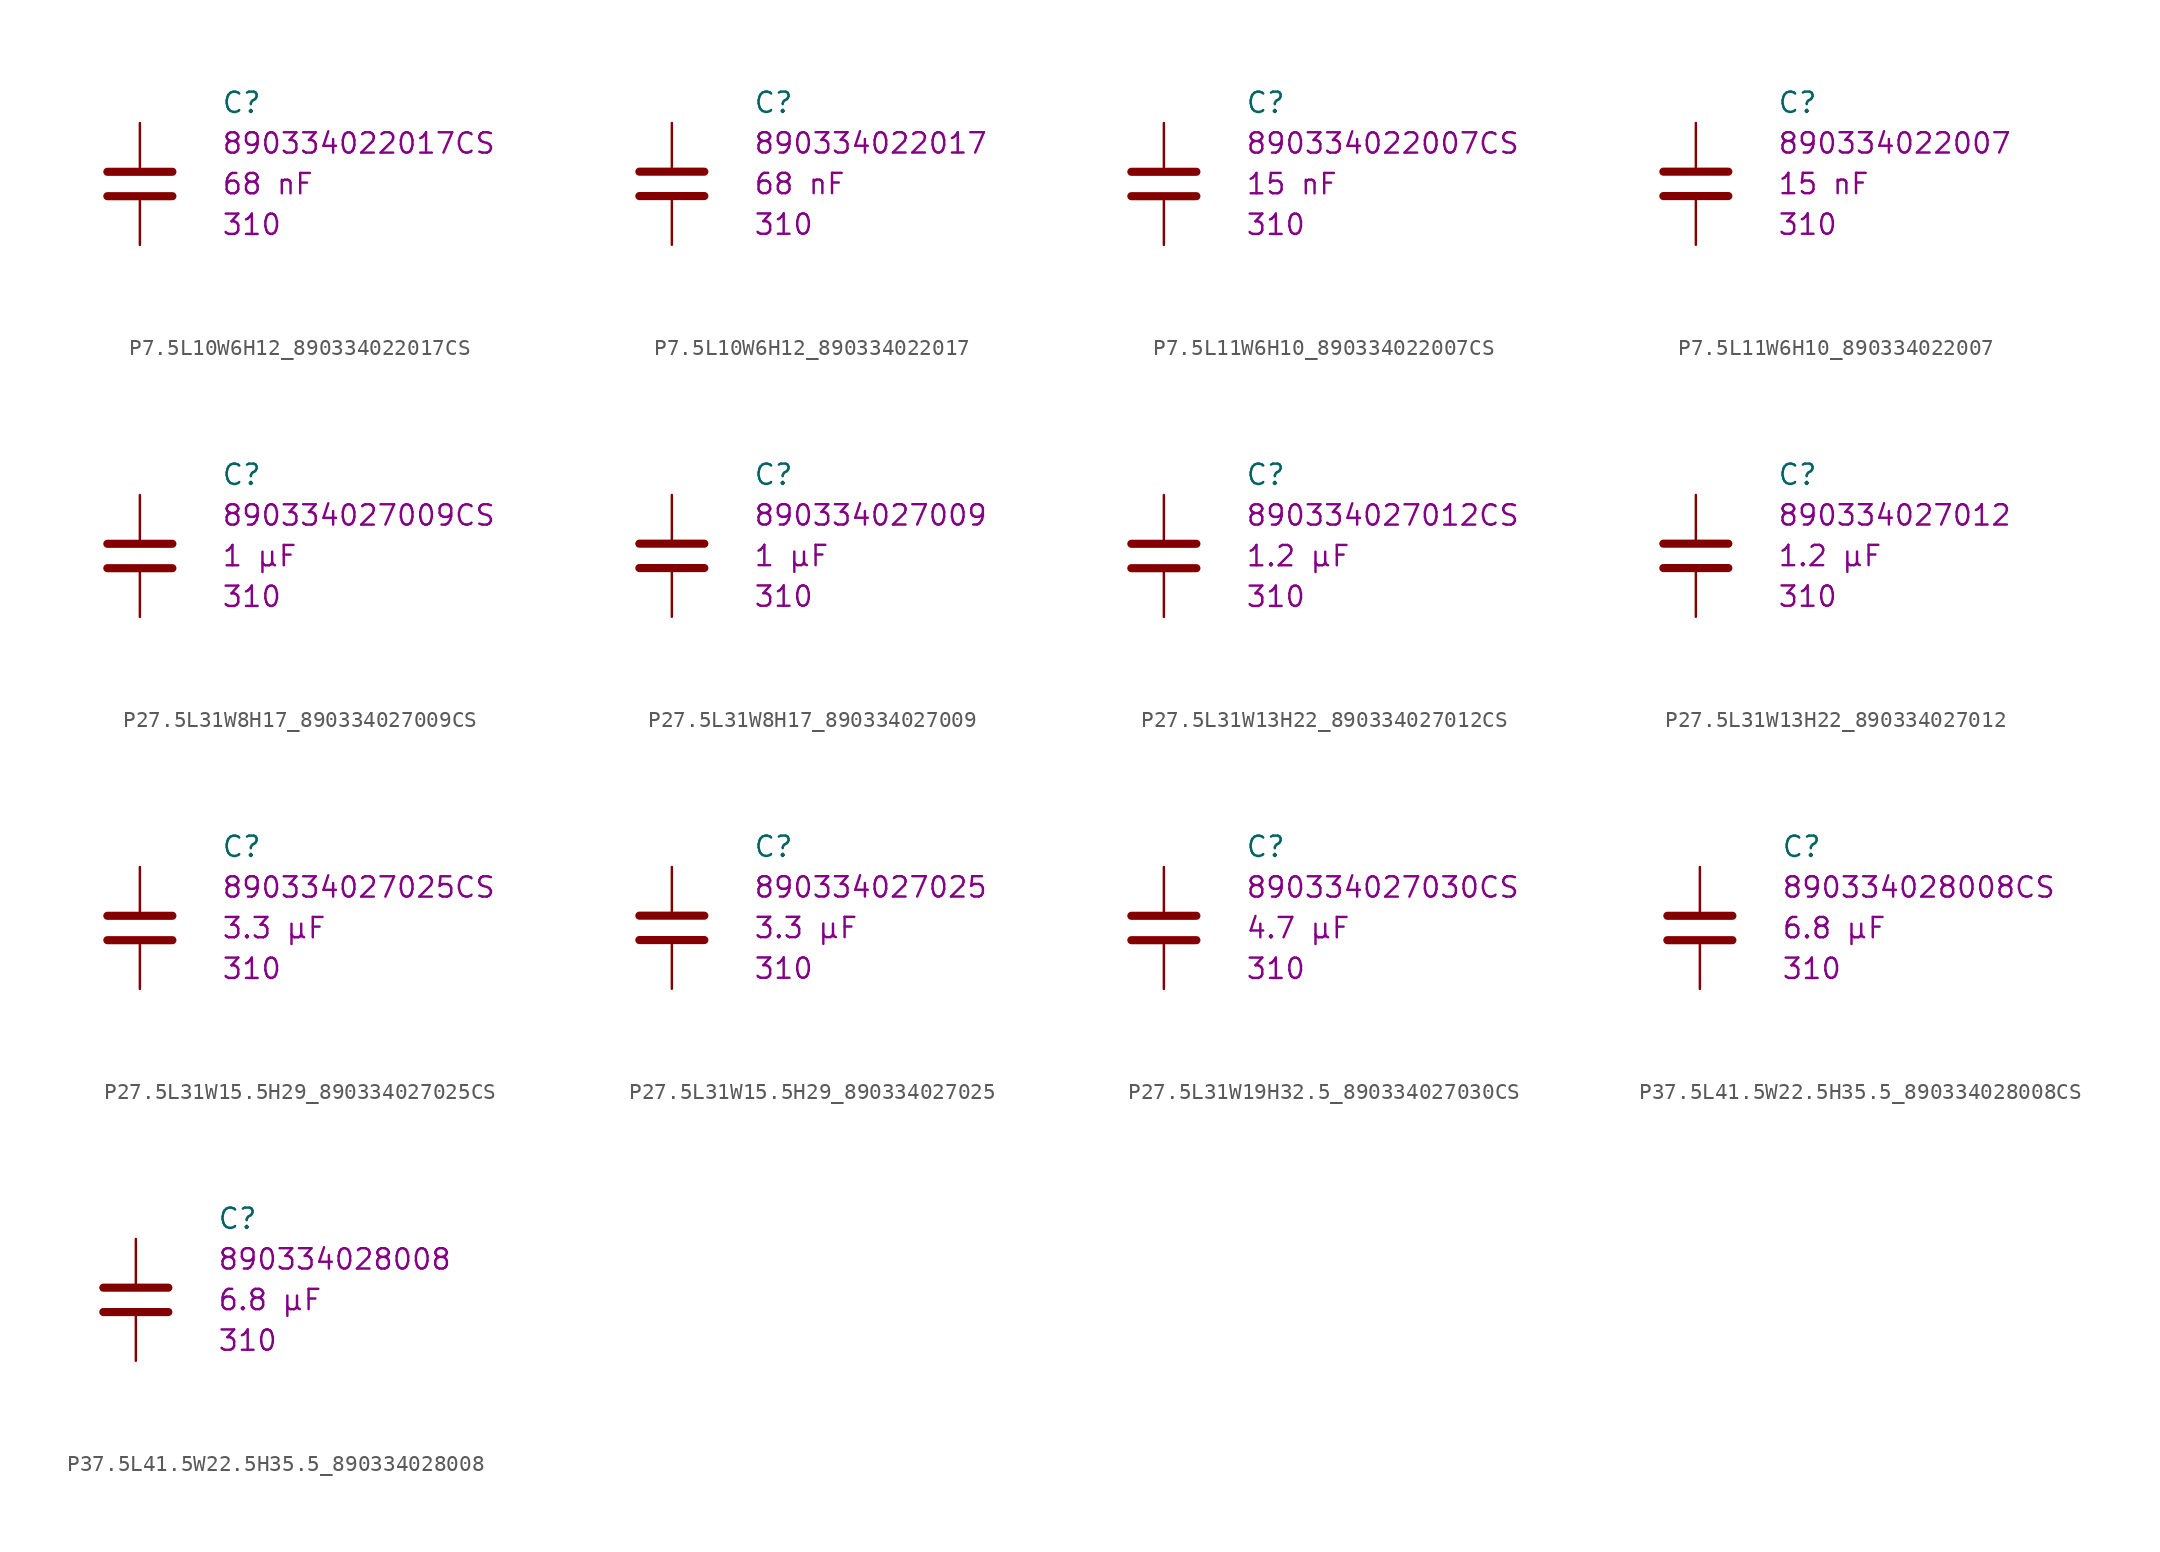
<source format=kicad_sym>
(kicad_symbol_lib
  (version 20220914)
  (generator kicad_symbol_editor)
  (symbol "P7.5L10W6H12_890334022017CS"
    (pin_numbers hide)
    (pin_names hide)
    (property "Reference" "C"
      (at 5.08 5.08 0)
      (effects (font (size 1.27 1.27)) (justify left)))
    (property "Part Number" "890334022017CS"
      (at 5.08 2.54 0)
      (effects (font (size 1.27 1.27)) (justify left)))
    (property "Capacitance" "68 nF"
      (at 5.08 0 0)
      (effects (font (size 1.27 1.27)) (justify left)))
    (property "Voltage" "310"
      (at 5.08 -2.54 0)
      (effects (font (size 1.27 1.27)) (justify left)))
    (property "Critical Parameter" ""
      (at 0 -7.62 0)
      (effects (font (size 1.27 1.27))))
    (symbol "P7.5L10W6H12_890334022017CS_0_1"
      (polyline (pts (xy -2.032 -0.762) (xy 2.032 -0.762)) (stroke (width 0.508) (type default)) (fill (type none)))
      (polyline (pts (xy -2.032 0.762) (xy 2.032 0.762)) (stroke (width 0.508) (type default)) (fill (type none))))
    (symbol "P7.5L10W6H12_890334022017CS_1_1"
      (pin passive line (at 0 3.81 270) (length 2.794) (name "1" (effects (font (size 1.27 1.27)))) (number "1" (effects (font (size 1.27 1.27)))))
      (pin passive line (at 0 -3.81 90) (length 2.794) (name "2" (effects (font (size 1.27 1.27)))) (number "2" (effects (font (size 1.27 1.27)))))))
  (symbol "P7.5L10W6H12_890334022017"
    (pin_numbers hide)
    (pin_names hide)
    (property "Reference" "C"
      (at 5.08 5.08 0)
      (effects (font (size 1.27 1.27)) (justify left)))
    (property "Part Number" "890334022017"
      (at 5.08 2.54 0)
      (effects (font (size 1.27 1.27)) (justify left)))
    (property "Capacitance" "68 nF"
      (at 5.08 0 0)
      (effects (font (size 1.27 1.27)) (justify left)))
    (property "Voltage" "310"
      (at 5.08 -2.54 0)
      (effects (font (size 1.27 1.27)) (justify left)))
    (property "Critical Parameter" ""
      (at 0 -7.62 0)
      (effects (font (size 1.27 1.27))))
    (symbol "P7.5L10W6H12_890334022017_0_1"
      (polyline (pts (xy -2.032 -0.762) (xy 2.032 -0.762)) (stroke (width 0.508) (type default)) (fill (type none)))
      (polyline (pts (xy -2.032 0.762) (xy 2.032 0.762)) (stroke (width 0.508) (type default)) (fill (type none))))
    (symbol "P7.5L10W6H12_890334022017_1_1"
      (pin passive line (at 0 3.81 270) (length 2.794) (name "1" (effects (font (size 1.27 1.27)))) (number "1" (effects (font (size 1.27 1.27)))))
      (pin passive line (at 0 -3.81 90) (length 2.794) (name "2" (effects (font (size 1.27 1.27)))) (number "2" (effects (font (size 1.27 1.27)))))))
  (symbol "P7.5L11W6H10_890334022007CS"
    (pin_numbers hide)
    (pin_names hide)
    (property "Reference" "C"
      (at 5.08 5.08 0)
      (effects (font (size 1.27 1.27)) (justify left)))
    (property "Part Number" "890334022007CS"
      (at 5.08 2.54 0)
      (effects (font (size 1.27 1.27)) (justify left)))
    (property "Capacitance" "15 nF"
      (at 5.08 0 0)
      (effects (font (size 1.27 1.27)) (justify left)))
    (property "Voltage" "310"
      (at 5.08 -2.54 0)
      (effects (font (size 1.27 1.27)) (justify left)))
    (property "Critical Parameter" ""
      (at 0 -7.62 0)
      (effects (font (size 1.27 1.27))))
    (symbol "P7.5L11W6H10_890334022007CS_0_1"
      (polyline (pts (xy -2.032 -0.762) (xy 2.032 -0.762)) (stroke (width 0.508) (type default)) (fill (type none)))
      (polyline (pts (xy -2.032 0.762) (xy 2.032 0.762)) (stroke (width 0.508) (type default)) (fill (type none))))
    (symbol "P7.5L11W6H10_890334022007CS_1_1"
      (pin passive line (at 0 3.81 270) (length 2.794) (name "1" (effects (font (size 1.27 1.27)))) (number "1" (effects (font (size 1.27 1.27)))))
      (pin passive line (at 0 -3.81 90) (length 2.794) (name "2" (effects (font (size 1.27 1.27)))) (number "2" (effects (font (size 1.27 1.27)))))))
  (symbol "P7.5L11W6H10_890334022007"
    (pin_numbers hide)
    (pin_names hide)
    (property "Reference" "C"
      (at 5.08 5.08 0)
      (effects (font (size 1.27 1.27)) (justify left)))
    (property "Part Number" "890334022007"
      (at 5.08 2.54 0)
      (effects (font (size 1.27 1.27)) (justify left)))
    (property "Capacitance" "15 nF"
      (at 5.08 0 0)
      (effects (font (size 1.27 1.27)) (justify left)))
    (property "Voltage" "310"
      (at 5.08 -2.54 0)
      (effects (font (size 1.27 1.27)) (justify left)))
    (property "Critical Parameter" ""
      (at 0 -7.62 0)
      (effects (font (size 1.27 1.27))))
    (symbol "P7.5L11W6H10_890334022007_0_1"
      (polyline (pts (xy -2.032 -0.762) (xy 2.032 -0.762)) (stroke (width 0.508) (type default)) (fill (type none)))
      (polyline (pts (xy -2.032 0.762) (xy 2.032 0.762)) (stroke (width 0.508) (type default)) (fill (type none))))
    (symbol "P7.5L11W6H10_890334022007_1_1"
      (pin passive line (at 0 3.81 270) (length 2.794) (name "1" (effects (font (size 1.27 1.27)))) (number "1" (effects (font (size 1.27 1.27)))))
      (pin passive line (at 0 -3.81 90) (length 2.794) (name "2" (effects (font (size 1.27 1.27)))) (number "2" (effects (font (size 1.27 1.27)))))))
  (symbol "P27.5L31W8H17_890334027009CS"
    (pin_numbers hide)
    (pin_names hide)
    (property "Reference" "C"
      (at 5.08 5.08 0)
      (effects (font (size 1.27 1.27)) (justify left)))
    (property "Part Number" "890334027009CS"
      (at 5.08 2.54 0)
      (effects (font (size 1.27 1.27)) (justify left)))
    (property "Capacitance" "1 µF"
      (at 5.08 0 0)
      (effects (font (size 1.27 1.27)) (justify left)))
    (property "Voltage" "310"
      (at 5.08 -2.54 0)
      (effects (font (size 1.27 1.27)) (justify left)))
    (property "Critical Parameter" ""
      (at 0 -7.62 0)
      (effects (font (size 1.27 1.27))))
    (symbol "P27.5L31W8H17_890334027009CS_0_1"
      (polyline (pts (xy -2.032 -0.762) (xy 2.032 -0.762)) (stroke (width 0.508) (type default)) (fill (type none)))
      (polyline (pts (xy -2.032 0.762) (xy 2.032 0.762)) (stroke (width 0.508) (type default)) (fill (type none))))
    (symbol "P27.5L31W8H17_890334027009CS_1_1"
      (pin passive line (at 0 3.81 270) (length 2.794) (name "1" (effects (font (size 1.27 1.27)))) (number "1" (effects (font (size 1.27 1.27)))))
      (pin passive line (at 0 -3.81 90) (length 2.794) (name "2" (effects (font (size 1.27 1.27)))) (number "2" (effects (font (size 1.27 1.27)))))))
  (symbol "P27.5L31W8H17_890334027009"
    (pin_numbers hide)
    (pin_names hide)
    (property "Reference" "C"
      (at 5.08 5.08 0)
      (effects (font (size 1.27 1.27)) (justify left)))
    (property "Part Number" "890334027009"
      (at 5.08 2.54 0)
      (effects (font (size 1.27 1.27)) (justify left)))
    (property "Capacitance" "1 µF"
      (at 5.08 0 0)
      (effects (font (size 1.27 1.27)) (justify left)))
    (property "Voltage" "310"
      (at 5.08 -2.54 0)
      (effects (font (size 1.27 1.27)) (justify left)))
    (property "Critical Parameter" ""
      (at 0 -7.62 0)
      (effects (font (size 1.27 1.27))))
    (symbol "P27.5L31W8H17_890334027009_0_1"
      (polyline (pts (xy -2.032 -0.762) (xy 2.032 -0.762)) (stroke (width 0.508) (type default)) (fill (type none)))
      (polyline (pts (xy -2.032 0.762) (xy 2.032 0.762)) (stroke (width 0.508) (type default)) (fill (type none))))
    (symbol "P27.5L31W8H17_890334027009_1_1"
      (pin passive line (at 0 3.81 270) (length 2.794) (name "1" (effects (font (size 1.27 1.27)))) (number "1" (effects (font (size 1.27 1.27)))))
      (pin passive line (at 0 -3.81 90) (length 2.794) (name "2" (effects (font (size 1.27 1.27)))) (number "2" (effects (font (size 1.27 1.27)))))))
  (symbol "P27.5L31W13H22_890334027012CS"
    (pin_numbers hide)
    (pin_names hide)
    (property "Reference" "C"
      (at 5.08 5.08 0)
      (effects (font (size 1.27 1.27)) (justify left)))
    (property "Part Number" "890334027012CS"
      (at 5.08 2.54 0)
      (effects (font (size 1.27 1.27)) (justify left)))
    (property "Capacitance" "1.2 µF"
      (at 5.08 0 0)
      (effects (font (size 1.27 1.27)) (justify left)))
    (property "Voltage" "310"
      (at 5.08 -2.54 0)
      (effects (font (size 1.27 1.27)) (justify left)))
    (property "Critical Parameter" ""
      (at 0 -7.62 0)
      (effects (font (size 1.27 1.27))))
    (symbol "P27.5L31W13H22_890334027012CS_0_1"
      (polyline (pts (xy -2.032 -0.762) (xy 2.032 -0.762)) (stroke (width 0.508) (type default)) (fill (type none)))
      (polyline (pts (xy -2.032 0.762) (xy 2.032 0.762)) (stroke (width 0.508) (type default)) (fill (type none))))
    (symbol "P27.5L31W13H22_890334027012CS_1_1"
      (pin passive line (at 0 3.81 270) (length 2.794) (name "1" (effects (font (size 1.27 1.27)))) (number "1" (effects (font (size 1.27 1.27)))))
      (pin passive line (at 0 -3.81 90) (length 2.794) (name "2" (effects (font (size 1.27 1.27)))) (number "2" (effects (font (size 1.27 1.27)))))))
  (symbol "P27.5L31W13H22_890334027012"
    (pin_numbers hide)
    (pin_names hide)
    (property "Reference" "C"
      (at 5.08 5.08 0)
      (effects (font (size 1.27 1.27)) (justify left)))
    (property "Part Number" "890334027012"
      (at 5.08 2.54 0)
      (effects (font (size 1.27 1.27)) (justify left)))
    (property "Capacitance" "1.2 µF"
      (at 5.08 0 0)
      (effects (font (size 1.27 1.27)) (justify left)))
    (property "Voltage" "310"
      (at 5.08 -2.54 0)
      (effects (font (size 1.27 1.27)) (justify left)))
    (property "Critical Parameter" ""
      (at 0 -7.62 0)
      (effects (font (size 1.27 1.27))))
    (symbol "P27.5L31W13H22_890334027012_0_1"
      (polyline (pts (xy -2.032 -0.762) (xy 2.032 -0.762)) (stroke (width 0.508) (type default)) (fill (type none)))
      (polyline (pts (xy -2.032 0.762) (xy 2.032 0.762)) (stroke (width 0.508) (type default)) (fill (type none))))
    (symbol "P27.5L31W13H22_890334027012_1_1"
      (pin passive line (at 0 3.81 270) (length 2.794) (name "1" (effects (font (size 1.27 1.27)))) (number "1" (effects (font (size 1.27 1.27)))))
      (pin passive line (at 0 -3.81 90) (length 2.794) (name "2" (effects (font (size 1.27 1.27)))) (number "2" (effects (font (size 1.27 1.27)))))))
  (symbol "P27.5L31W15.5H29_890334027025CS"
    (pin_numbers hide)
    (pin_names hide)
    (property "Reference" "C"
      (at 5.08 5.08 0)
      (effects (font (size 1.27 1.27)) (justify left)))
    (property "Part Number" "890334027025CS"
      (at 5.08 2.54 0)
      (effects (font (size 1.27 1.27)) (justify left)))
    (property "Capacitance" "3.3 µF"
      (at 5.08 0 0)
      (effects (font (size 1.27 1.27)) (justify left)))
    (property "Voltage" "310"
      (at 5.08 -2.54 0)
      (effects (font (size 1.27 1.27)) (justify left)))
    (property "Critical Parameter" ""
      (at 0 -7.62 0)
      (effects (font (size 1.27 1.27))))
    (symbol "P27.5L31W15.5H29_890334027025CS_0_1"
      (polyline (pts (xy -2.032 -0.762) (xy 2.032 -0.762)) (stroke (width 0.508) (type default)) (fill (type none)))
      (polyline (pts (xy -2.032 0.762) (xy 2.032 0.762)) (stroke (width 0.508) (type default)) (fill (type none))))
    (symbol "P27.5L31W15.5H29_890334027025CS_1_1"
      (pin passive line (at 0 3.81 270) (length 2.794) (name "1" (effects (font (size 1.27 1.27)))) (number "1" (effects (font (size 1.27 1.27)))))
      (pin passive line (at 0 -3.81 90) (length 2.794) (name "2" (effects (font (size 1.27 1.27)))) (number "2" (effects (font (size 1.27 1.27)))))))
  (symbol "P27.5L31W15.5H29_890334027025"
    (pin_numbers hide)
    (pin_names hide)
    (property "Reference" "C"
      (at 5.08 5.08 0)
      (effects (font (size 1.27 1.27)) (justify left)))
    (property "Part Number" "890334027025"
      (at 5.08 2.54 0)
      (effects (font (size 1.27 1.27)) (justify left)))
    (property "Capacitance" "3.3 µF"
      (at 5.08 0 0)
      (effects (font (size 1.27 1.27)) (justify left)))
    (property "Voltage" "310"
      (at 5.08 -2.54 0)
      (effects (font (size 1.27 1.27)) (justify left)))
    (property "Critical Parameter" ""
      (at 0 -7.62 0)
      (effects (font (size 1.27 1.27))))
    (symbol "P27.5L31W15.5H29_890334027025_0_1"
      (polyline (pts (xy -2.032 -0.762) (xy 2.032 -0.762)) (stroke (width 0.508) (type default)) (fill (type none)))
      (polyline (pts (xy -2.032 0.762) (xy 2.032 0.762)) (stroke (width 0.508) (type default)) (fill (type none))))
    (symbol "P27.5L31W15.5H29_890334027025_1_1"
      (pin passive line (at 0 3.81 270) (length 2.794) (name "1" (effects (font (size 1.27 1.27)))) (number "1" (effects (font (size 1.27 1.27)))))
      (pin passive line (at 0 -3.81 90) (length 2.794) (name "2" (effects (font (size 1.27 1.27)))) (number "2" (effects (font (size 1.27 1.27)))))))
  (symbol "P27.5L31W19H32.5_890334027030CS"
    (pin_numbers hide)
    (pin_names hide)
    (property "Reference" "C"
      (at 5.08 5.08 0)
      (effects (font (size 1.27 1.27)) (justify left)))
    (property "Part Number" "890334027030CS"
      (at 5.08 2.54 0)
      (effects (font (size 1.27 1.27)) (justify left)))
    (property "Capacitance" "4.7 µF"
      (at 5.08 0 0)
      (effects (font (size 1.27 1.27)) (justify left)))
    (property "Voltage" "310"
      (at 5.08 -2.54 0)
      (effects (font (size 1.27 1.27)) (justify left)))
    (property "Critical Parameter" ""
      (at 0 -7.62 0)
      (effects (font (size 1.27 1.27))))
    (symbol "P27.5L31W19H32.5_890334027030CS_0_1"
      (polyline (pts (xy -2.032 -0.762) (xy 2.032 -0.762)) (stroke (width 0.508) (type default)) (fill (type none)))
      (polyline (pts (xy -2.032 0.762) (xy 2.032 0.762)) (stroke (width 0.508) (type default)) (fill (type none))))
    (symbol "P27.5L31W19H32.5_890334027030CS_1_1"
      (pin passive line (at 0 3.81 270) (length 2.794) (name "1" (effects (font (size 1.27 1.27)))) (number "1" (effects (font (size 1.27 1.27)))))
      (pin passive line (at 0 -3.81 90) (length 2.794) (name "2" (effects (font (size 1.27 1.27)))) (number "2" (effects (font (size 1.27 1.27)))))))
  (symbol "P37.5L41.5W22.5H35.5_890334028008CS"
    (pin_numbers hide)
    (pin_names hide)
    (property "Reference" "C"
      (at 5.08 5.08 0)
      (effects (font (size 1.27 1.27)) (justify left)))
    (property "Part Number" "890334028008CS"
      (at 5.08 2.54 0)
      (effects (font (size 1.27 1.27)) (justify left)))
    (property "Capacitance" "6.8 µF"
      (at 5.08 0 0)
      (effects (font (size 1.27 1.27)) (justify left)))
    (property "Voltage" "310"
      (at 5.08 -2.54 0)
      (effects (font (size 1.27 1.27)) (justify left)))
    (property "Critical Parameter" ""
      (at 0 -7.62 0)
      (effects (font (size 1.27 1.27))))
    (symbol "P37.5L41.5W22.5H35.5_890334028008CS_0_1"
      (polyline (pts (xy -2.032 -0.762) (xy 2.032 -0.762)) (stroke (width 0.508) (type default)) (fill (type none)))
      (polyline (pts (xy -2.032 0.762) (xy 2.032 0.762)) (stroke (width 0.508) (type default)) (fill (type none))))
    (symbol "P37.5L41.5W22.5H35.5_890334028008CS_1_1"
      (pin passive line (at 0 3.81 270) (length 2.794) (name "1" (effects (font (size 1.27 1.27)))) (number "1" (effects (font (size 1.27 1.27)))))
      (pin passive line (at 0 -3.81 90) (length 2.794) (name "2" (effects (font (size 1.27 1.27)))) (number "2" (effects (font (size 1.27 1.27)))))))
  (symbol "P37.5L41.5W22.5H35.5_890334028008"
    (pin_numbers hide)
    (pin_names hide)
    (property "Reference" "C"
      (at 5.08 5.08 0)
      (effects (font (size 1.27 1.27)) (justify left)))
    (property "Part Number" "890334028008"
      (at 5.08 2.54 0)
      (effects (font (size 1.27 1.27)) (justify left)))
    (property "Capacitance" "6.8 µF"
      (at 5.08 0 0)
      (effects (font (size 1.27 1.27)) (justify left)))
    (property "Voltage" "310"
      (at 5.08 -2.54 0)
      (effects (font (size 1.27 1.27)) (justify left)))
    (property "Critical Parameter" ""
      (at 0 -7.62 0)
      (effects (font (size 1.27 1.27))))
    (symbol "P37.5L41.5W22.5H35.5_890334028008_0_1"
      (polyline (pts (xy -2.032 -0.762) (xy 2.032 -0.762)) (stroke (width 0.508) (type default)) (fill (type none)))
      (polyline (pts (xy -2.032 0.762) (xy 2.032 0.762)) (stroke (width 0.508) (type default)) (fill (type none))))
    (symbol "P37.5L41.5W22.5H35.5_890334028008_1_1"
      (pin passive line (at 0 3.81 270) (length 2.794) (name "1" (effects (font (size 1.27 1.27)))) (number "1" (effects (font (size 1.27 1.27)))))
      (pin passive line (at 0 -3.81 90) (length 2.794) (name "2" (effects (font (size 1.27 1.27)))) (number "2" (effects (font (size 1.27 1.27))))))))
</source>
